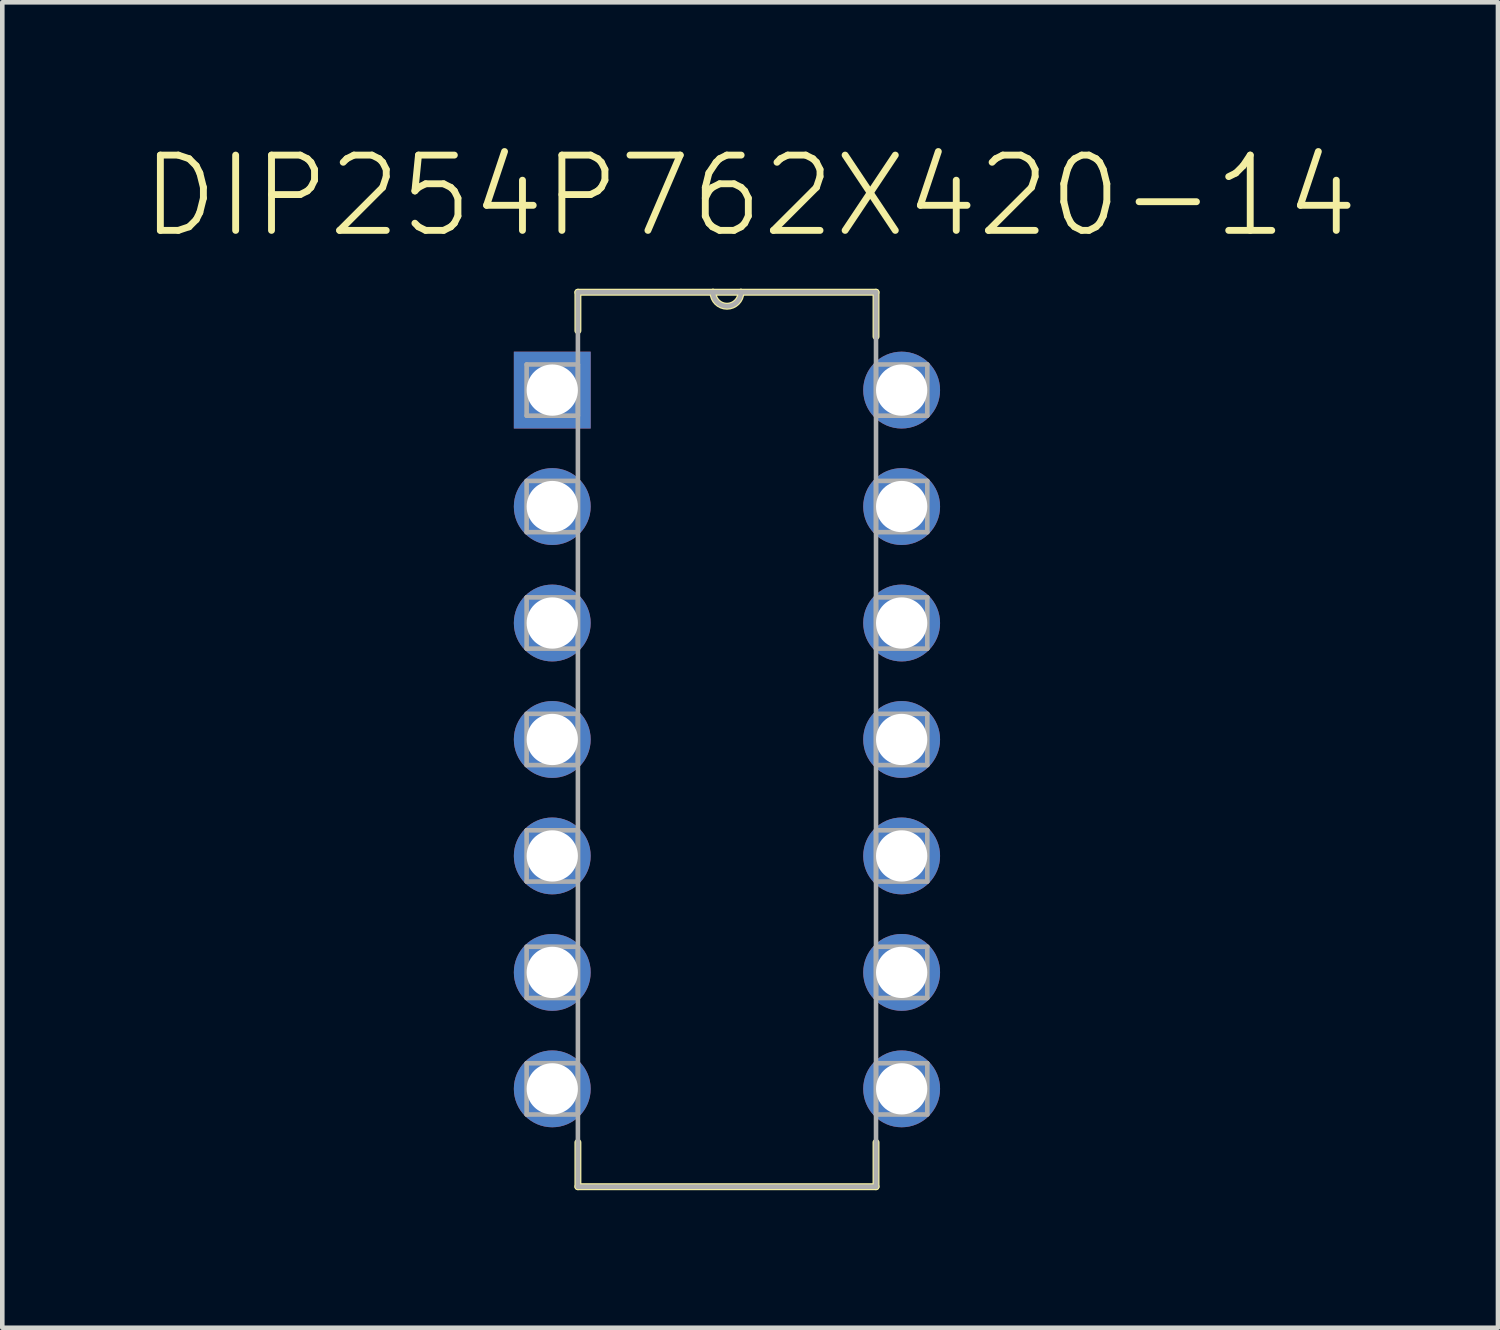
<source format=kicad_pcb>
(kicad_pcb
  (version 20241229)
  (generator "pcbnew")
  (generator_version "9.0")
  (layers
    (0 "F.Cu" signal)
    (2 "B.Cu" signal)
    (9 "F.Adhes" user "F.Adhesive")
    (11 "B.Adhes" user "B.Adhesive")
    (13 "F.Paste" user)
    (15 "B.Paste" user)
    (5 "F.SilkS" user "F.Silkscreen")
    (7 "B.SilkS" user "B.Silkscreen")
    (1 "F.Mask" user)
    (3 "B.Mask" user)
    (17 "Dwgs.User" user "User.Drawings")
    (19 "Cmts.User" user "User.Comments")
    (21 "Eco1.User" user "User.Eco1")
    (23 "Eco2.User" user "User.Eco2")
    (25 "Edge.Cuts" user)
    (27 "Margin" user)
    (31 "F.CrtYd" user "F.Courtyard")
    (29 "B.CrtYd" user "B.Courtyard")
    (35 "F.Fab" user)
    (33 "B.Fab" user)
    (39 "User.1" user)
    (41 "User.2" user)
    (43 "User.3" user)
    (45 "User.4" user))
  (footprint "DIP254P762X420-14"
    (layer "F.Cu")
    (at 16.615 20.698)
    (property "Reference" "DIP254P762X420-14" (at -3.305 -19.475 0) (layer "F.SilkS") (effects (font (size 1.642 1.642) (thickness 0.15))))
    (attr through_hole)
    (fp_line (start -7.061 -17.374) (end -7.061 -16.535) (stroke (width 0.152) (type solid)) (layer "F.SilkS"))
    (fp_line (start -7.061 1.168) (end -7.061 2.134) (stroke (width 0.152) (type solid)) (layer "F.SilkS"))
    (fp_line (start -7.061 2.134) (end -0.559 2.134) (stroke (width 0.152) (type solid)) (layer "F.SilkS"))
    (fp_line (start -4.115 -17.374) (end -7.061 -17.374) (stroke (width 0.152) (type solid)) (layer "F.SilkS"))
    (fp_line (start -3.505 -17.374) (end -4.115 -17.374) (stroke (width 0.152) (type solid)) (layer "F.SilkS"))
    (fp_line (start -0.559 -17.374) (end -3.505 -17.374) (stroke (width 0.152) (type solid)) (layer "F.SilkS"))
    (fp_line (start -0.559 -16.408) (end -0.559 -17.374) (stroke (width 0.152) (type solid)) (layer "F.SilkS"))
    (fp_line (start -0.559 2.134) (end -0.559 1.168) (stroke (width 0.152) (type solid)) (layer "F.SilkS"))
    (fp_arc (start -3.5052 -17.3736) (mid -3.81 -17.0688) (end -4.1148 -17.3736) (stroke (width 0.1524) (type solid)) (layer "F.SilkS"))
    (fp_line (start -8.179 -15.799) (end -8.179 -14.681) (stroke (width 0.1) (type solid)) (layer "F.Fab"))
    (fp_line (start -8.179 -14.681) (end -7.061 -14.681) (stroke (width 0.1) (type solid)) (layer "F.Fab"))
    (fp_line (start -8.179 -13.259) (end -8.179 -12.141) (stroke (width 0.1) (type solid)) (layer "F.Fab"))
    (fp_line (start -8.179 -12.141) (end -7.061 -12.141) (stroke (width 0.1) (type solid)) (layer "F.Fab"))
    (fp_line (start -8.179 -10.719) (end -8.179 -9.601) (stroke (width 0.1) (type solid)) (layer "F.Fab"))
    (fp_line (start -8.179 -9.601) (end -7.061 -9.601) (stroke (width 0.1) (type solid)) (layer "F.Fab"))
    (fp_line (start -8.179 -8.179) (end -8.179 -7.061) (stroke (width 0.1) (type solid)) (layer "F.Fab"))
    (fp_line (start -8.179 -7.061) (end -7.061 -7.061) (stroke (width 0.1) (type solid)) (layer "F.Fab"))
    (fp_line (start -8.179 -5.639) (end -8.179 -4.521) (stroke (width 0.1) (type solid)) (layer "F.Fab"))
    (fp_line (start -8.179 -4.521) (end -7.061 -4.521) (stroke (width 0.1) (type solid)) (layer "F.Fab"))
    (fp_line (start -8.179 -3.099) (end -8.179 -1.981) (stroke (width 0.1) (type solid)) (layer "F.Fab"))
    (fp_line (start -8.179 -1.981) (end -7.061 -1.981) (stroke (width 0.1) (type solid)) (layer "F.Fab"))
    (fp_line (start -8.179 -0.559) (end -8.179 0.559) (stroke (width 0.1) (type solid)) (layer "F.Fab"))
    (fp_line (start -8.179 0.559) (end -7.061 0.559) (stroke (width 0.1) (type solid)) (layer "F.Fab"))
    (fp_line (start -7.061 -17.374) (end -7.061 2.134) (stroke (width 0.1) (type solid)) (layer "F.Fab"))
    (fp_line (start -7.061 -15.799) (end -8.179 -15.799) (stroke (width 0.1) (type solid)) (layer "F.Fab"))
    (fp_line (start -7.061 -14.681) (end -7.061 -15.799) (stroke (width 0.1) (type solid)) (layer "F.Fab"))
    (fp_line (start -7.061 -13.259) (end -8.179 -13.259) (stroke (width 0.1) (type solid)) (layer "F.Fab"))
    (fp_line (start -7.061 -12.141) (end -7.061 -13.259) (stroke (width 0.1) (type solid)) (layer "F.Fab"))
    (fp_line (start -7.061 -10.719) (end -8.179 -10.719) (stroke (width 0.1) (type solid)) (layer "F.Fab"))
    (fp_line (start -7.061 -9.601) (end -7.061 -10.719) (stroke (width 0.1) (type solid)) (layer "F.Fab"))
    (fp_line (start -7.061 -8.179) (end -8.179 -8.179) (stroke (width 0.1) (type solid)) (layer "F.Fab"))
    (fp_line (start -7.061 -7.061) (end -7.061 -8.179) (stroke (width 0.1) (type solid)) (layer "F.Fab"))
    (fp_line (start -7.061 -5.639) (end -8.179 -5.639) (stroke (width 0.1) (type solid)) (layer "F.Fab"))
    (fp_line (start -7.061 -4.521) (end -7.061 -5.639) (stroke (width 0.1) (type solid)) (layer "F.Fab"))
    (fp_line (start -7.061 -3.099) (end -8.179 -3.099) (stroke (width 0.1) (type solid)) (layer "F.Fab"))
    (fp_line (start -7.061 -1.981) (end -7.061 -3.099) (stroke (width 0.1) (type solid)) (layer "F.Fab"))
    (fp_line (start -7.061 -0.559) (end -8.179 -0.559) (stroke (width 0.1) (type solid)) (layer "F.Fab"))
    (fp_line (start -7.061 0.559) (end -7.061 -0.559) (stroke (width 0.1) (type solid)) (layer "F.Fab"))
    (fp_line (start -7.061 2.134) (end -0.559 2.134) (stroke (width 0.1) (type solid)) (layer "F.Fab"))
    (fp_line (start -4.115 -17.374) (end -7.061 -17.374) (stroke (width 0.1) (type solid)) (layer "F.Fab"))
    (fp_line (start -3.505 -17.374) (end -4.115 -17.374) (stroke (width 0.1) (type solid)) (layer "F.Fab"))
    (fp_line (start -0.559 -17.374) (end -3.505 -17.374) (stroke (width 0.1) (type solid)) (layer "F.Fab"))
    (fp_line (start -0.559 -15.799) (end -0.559 -14.681) (stroke (width 0.1) (type solid)) (layer "F.Fab"))
    (fp_line (start -0.559 -14.681) (end 0.559 -14.681) (stroke (width 0.1) (type solid)) (layer "F.Fab"))
    (fp_line (start -0.559 -13.259) (end -0.559 -12.141) (stroke (width 0.1) (type solid)) (layer "F.Fab"))
    (fp_line (start -0.559 -12.141) (end 0.559 -12.141) (stroke (width 0.1) (type solid)) (layer "F.Fab"))
    (fp_line (start -0.559 -10.719) (end -0.559 -9.601) (stroke (width 0.1) (type solid)) (layer "F.Fab"))
    (fp_line (start -0.559 -9.601) (end 0.559 -9.601) (stroke (width 0.1) (type solid)) (layer "F.Fab"))
    (fp_line (start -0.559 -8.179) (end -0.559 -7.061) (stroke (width 0.1) (type solid)) (layer "F.Fab"))
    (fp_line (start -0.559 -7.061) (end 0.559 -7.061) (stroke (width 0.1) (type solid)) (layer "F.Fab"))
    (fp_line (start -0.559 -5.639) (end -0.559 -4.521) (stroke (width 0.1) (type solid)) (layer "F.Fab"))
    (fp_line (start -0.559 -4.521) (end 0.559 -4.521) (stroke (width 0.1) (type solid)) (layer "F.Fab"))
    (fp_line (start -0.559 -3.099) (end -0.559 -1.981) (stroke (width 0.1) (type solid)) (layer "F.Fab"))
    (fp_line (start -0.559 -1.981) (end 0.559 -1.981) (stroke (width 0.1) (type solid)) (layer "F.Fab"))
    (fp_line (start -0.559 -0.559) (end -0.559 0.559) (stroke (width 0.1) (type solid)) (layer "F.Fab"))
    (fp_line (start -0.559 0.559) (end 0.559 0.559) (stroke (width 0.1) (type solid)) (layer "F.Fab"))
    (fp_line (start -0.559 2.134) (end -0.559 -17.374) (stroke (width 0.1) (type solid)) (layer "F.Fab"))
    (fp_line (start 0.559 -15.799) (end -0.559 -15.799) (stroke (width 0.1) (type solid)) (layer "F.Fab"))
    (fp_line (start 0.559 -14.681) (end 0.559 -15.799) (stroke (width 0.1) (type solid)) (layer "F.Fab"))
    (fp_line (start 0.559 -13.259) (end -0.559 -13.259) (stroke (width 0.1) (type solid)) (layer "F.Fab"))
    (fp_line (start 0.559 -12.141) (end 0.559 -13.259) (stroke (width 0.1) (type solid)) (layer "F.Fab"))
    (fp_line (start 0.559 -10.719) (end -0.559 -10.719) (stroke (width 0.1) (type solid)) (layer "F.Fab"))
    (fp_line (start 0.559 -9.601) (end 0.559 -10.719) (stroke (width 0.1) (type solid)) (layer "F.Fab"))
    (fp_line (start 0.559 -8.179) (end -0.559 -8.179) (stroke (width 0.1) (type solid)) (layer "F.Fab"))
    (fp_line (start 0.559 -7.061) (end 0.559 -8.179) (stroke (width 0.1) (type solid)) (layer "F.Fab"))
    (fp_line (start 0.559 -5.639) (end -0.559 -5.639) (stroke (width 0.1) (type solid)) (layer "F.Fab"))
    (fp_line (start 0.559 -4.521) (end 0.559 -5.639) (stroke (width 0.1) (type solid)) (layer "F.Fab"))
    (fp_line (start 0.559 -3.099) (end -0.559 -3.099) (stroke (width 0.1) (type solid)) (layer "F.Fab"))
    (fp_line (start 0.559 -1.981) (end 0.559 -3.099) (stroke (width 0.1) (type solid)) (layer "F.Fab"))
    (fp_line (start 0.559 -0.559) (end -0.559 -0.559) (stroke (width 0.1) (type solid)) (layer "F.Fab"))
    (fp_line (start 0.559 0.559) (end 0.559 -0.559) (stroke (width 0.1) (type solid)) (layer "F.Fab"))
    (fp_arc (start -3.5052 -17.3736) (mid -3.81 -17.0688) (end -4.1148 -17.3736) (stroke (width 0.1) (type solid)) (layer "F.Fab"))
    (pad "1" thru_hole rect (at -7.62 -15.24) (size 1.676 1.676) (drill 1.118) (layers "*.Cu" "*.Mask"))
    (pad "2" thru_hole circle (at -7.62 -12.7) (size 1.676 1.676) (drill 1.118) (layers "*.Cu" "*.Mask"))
    (pad "3" thru_hole circle (at -7.62 -10.16) (size 1.676 1.676) (drill 1.118) (layers "*.Cu" "*.Mask"))
    (pad "4" thru_hole circle (at -7.62 -7.62) (size 1.676 1.676) (drill 1.118) (layers "*.Cu" "*.Mask"))
    (pad "5" thru_hole circle (at -7.62 -5.08) (size 1.676 1.676) (drill 1.118) (layers "*.Cu" "*.Mask"))
    (pad "6" thru_hole circle (at -7.62 -2.54) (size 1.676 1.676) (drill 1.118) (layers "*.Cu" "*.Mask"))
    (pad "7" thru_hole circle (at -7.62 0) (size 1.676 1.676) (drill 1.118) (layers "*.Cu" "*.Mask"))
    (pad "8" thru_hole circle (at 0 0) (size 1.676 1.676) (drill 1.118) (layers "*.Cu" "*.Mask"))
    (pad "9" thru_hole circle (at 0 -2.54) (size 1.676 1.676) (drill 1.118) (layers "*.Cu" "*.Mask"))
    (pad "10" thru_hole circle (at 0 -5.08) (size 1.676 1.676) (drill 1.118) (layers "*.Cu" "*.Mask"))
    (pad "11" thru_hole circle (at 0 -7.62) (size 1.676 1.676) (drill 1.118) (layers "*.Cu" "*.Mask"))
    (pad "12" thru_hole circle (at 0 -10.16) (size 1.676 1.676) (drill 1.118) (layers "*.Cu" "*.Mask"))
    (pad "13" thru_hole circle (at 0 -12.7) (size 1.676 1.676) (drill 1.118) (layers "*.Cu" "*.Mask"))
    (pad "14" thru_hole circle (at 0 -15.24) (size 1.676 1.676) (drill 1.118) (layers "*.Cu" "*.Mask")))
  (gr_rect
    (start -3 -3)
    (end 29.621 25.908)
    (stroke (width 0.1) (type default))
    (fill no)
    (layer "Edge.Cuts")))
</source>
